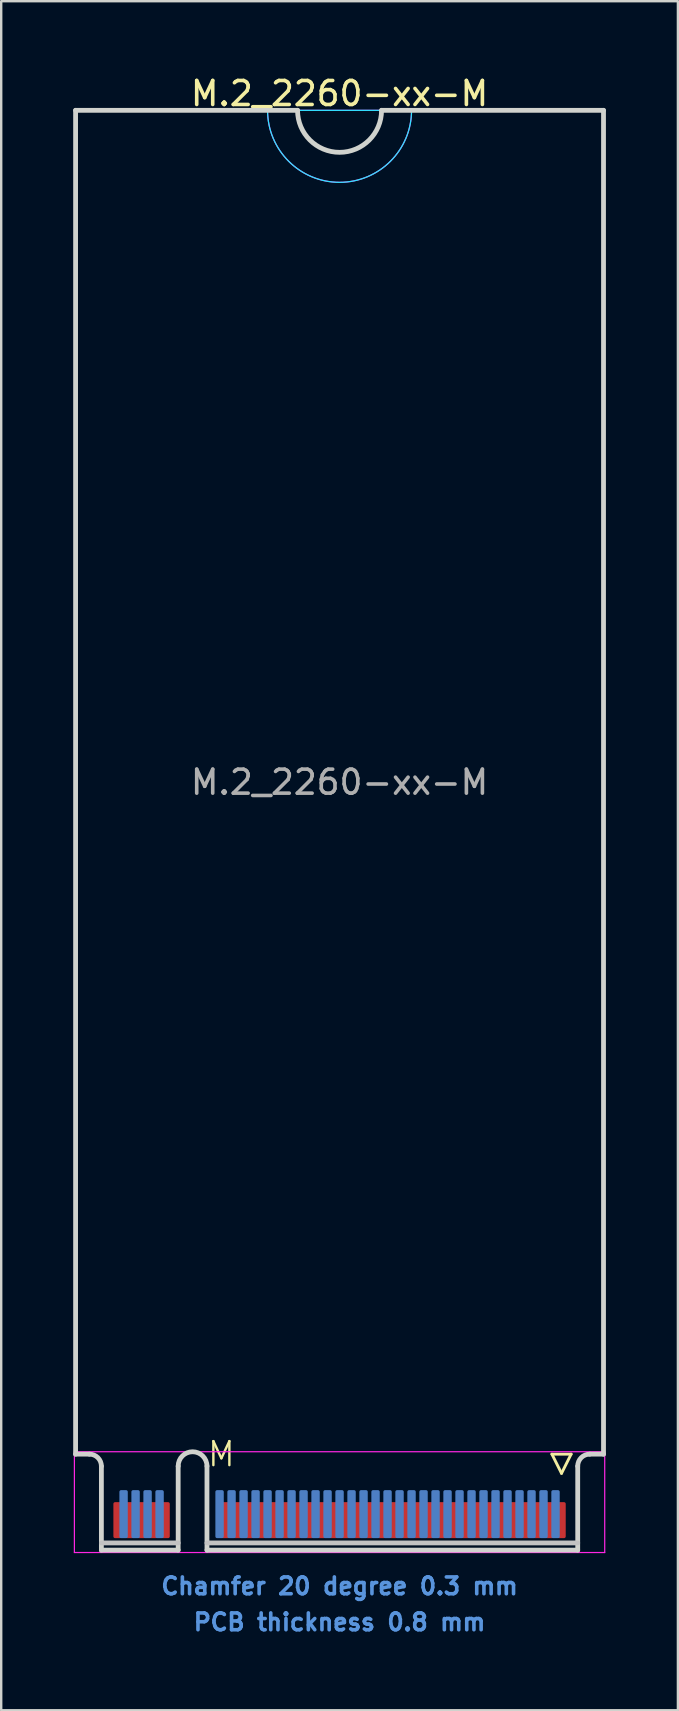
<source format=kicad_pcb>
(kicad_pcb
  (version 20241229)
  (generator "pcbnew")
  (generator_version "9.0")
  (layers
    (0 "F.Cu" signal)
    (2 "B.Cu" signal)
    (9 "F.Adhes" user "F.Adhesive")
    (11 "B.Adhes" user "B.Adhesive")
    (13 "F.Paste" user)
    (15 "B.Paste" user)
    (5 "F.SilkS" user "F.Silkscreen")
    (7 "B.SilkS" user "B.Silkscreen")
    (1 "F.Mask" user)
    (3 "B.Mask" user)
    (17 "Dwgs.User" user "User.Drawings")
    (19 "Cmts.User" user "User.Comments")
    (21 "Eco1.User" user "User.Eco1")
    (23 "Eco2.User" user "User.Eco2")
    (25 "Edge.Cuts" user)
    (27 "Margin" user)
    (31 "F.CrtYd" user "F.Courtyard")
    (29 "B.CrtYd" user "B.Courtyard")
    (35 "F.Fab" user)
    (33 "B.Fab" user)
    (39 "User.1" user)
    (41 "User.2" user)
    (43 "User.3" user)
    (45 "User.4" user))
  (footprint "M.2_2260-xx-M"
    (layer "F.Cu")
    (at 11.1 57.548)
    (property "Reference" "M.2_2260-xx-M" (at 0 -56.7 0) (layer "F.SilkS") (effects (font (size 1 1) (thickness 0.15))))
    (attr exclude_from_pos_files exclude_from_bom)
    (fp_line (start 8.85 0) (end 9.65 0) (stroke (width 0.12) (type solid)) (layer "F.SilkS"))
    (fp_line (start 9.25 0.8) (end 8.85 0) (stroke (width 0.12) (type solid)) (layer "F.SilkS"))
    (fp_line (start 9.65 0) (end 9.25 0.8) (stroke (width 0.12) (type solid)) (layer "F.SilkS"))
    (fp_line (start -9.925 3.7) (end -6.725 3.7) (stroke (width 0.2) (type solid)) (layer "Dwgs.User"))
    (fp_line (start 9.925 3.7) (end -5.525 3.7) (stroke (width 0.2) (type solid)) (layer "Dwgs.User"))
    (fp_line (start -11 -56) (end -11 0) (stroke (width 0.2) (type solid)) (layer "Edge.Cuts"))
    (fp_line (start -11 0) (end -10.425 0) (stroke (width 0.2) (type solid)) (layer "Edge.Cuts"))
    (fp_line (start -9.925 0.5) (end -9.925 4) (stroke (width 0.2) (type solid)) (layer "Edge.Cuts"))
    (fp_line (start -9.925 4) (end -6.725 4) (stroke (width 0.2) (type solid)) (layer "Edge.Cuts"))
    (fp_line (start -6.725 4) (end -6.725 0.5) (stroke (width 0.2) (type solid)) (layer "Edge.Cuts"))
    (fp_line (start -5.525 0.5) (end -5.525 4) (stroke (width 0.2) (type solid)) (layer "Edge.Cuts"))
    (fp_line (start -5.525 4) (end 9.925 4) (stroke (width 0.2) (type solid)) (layer "Edge.Cuts"))
    (fp_line (start -1.75 -56) (end -11 -56) (stroke (width 0.2) (type solid)) (layer "Edge.Cuts"))
    (fp_line (start 9.925 4) (end 9.925 0.5) (stroke (width 0.2) (type solid)) (layer "Edge.Cuts"))
    (fp_line (start 10.425 0) (end 11 0) (stroke (width 0.2) (type solid)) (layer "Edge.Cuts"))
    (fp_line (start 11 -56) (end 1.75 -56) (stroke (width 0.2) (type solid)) (layer "Edge.Cuts"))
    (fp_line (start 11 0) (end 11 -56) (stroke (width 0.2) (type solid)) (layer "Edge.Cuts"))
    (fp_arc (start -10.425 0) (mid -10.071447 0.146447) (end -9.925 0.5) (stroke (width 0.2) (type solid)) (layer "Edge.Cuts"))
    (fp_arc (start -6.725 0.5) (mid -6.125 -0.1) (end -5.525 0.5) (stroke (width 0.2) (type solid)) (layer "Edge.Cuts"))
    (fp_arc (start 1.75 -56) (mid 0 -54.25) (end -1.75 -56) (stroke (width 0.2) (type solid)) (layer "Edge.Cuts"))
    (fp_arc (start 9.925 0.5) (mid 10.071447 0.146447) (end 10.425 0) (stroke (width 0.2) (type solid)) (layer "Edge.Cuts"))
    (fp_line (start -3 -56) (end 3 -56) (stroke (width 0.05) (type solid)) (layer "B.CrtYd"))
    (fp_arc (start 3 -56) (mid 0 -53) (end -3 -56) (stroke (width 0.05) (type solid)) (layer "B.CrtYd"))
    (fp_line (start -11.05 -0.1) (end -11.05 4.1) (stroke (width 0.05) (type solid)) (layer "F.CrtYd"))
    (fp_line (start -11.05 4.1) (end 11.05 4.1) (stroke (width 0.05) (type solid)) (layer "F.CrtYd"))
    (fp_line (start -3 -56) (end 3 -56) (stroke (width 0.05) (type solid)) (layer "F.CrtYd"))
    (fp_line (start 11.05 -0.1) (end -11.05 -0.1) (stroke (width 0.05) (type solid)) (layer "F.CrtYd"))
    (fp_line (start 11.05 4.1) (end 11.05 -0.1) (stroke (width 0.05) (type solid)) (layer "F.CrtYd"))
    (fp_arc (start 3 -56) (mid 0 -53) (end -3 -56) (stroke (width 0.05) (type solid)) (layer "F.CrtYd"))
    (fp_text user "M" (at -4.925 0 0) (layer "F.SilkS") (effects (font (size 1 1) (thickness 0.1))))
    (fp_text user "PCB thickness 0.8 mm" (at 0 7 0) (layer "Cmts.User") (effects (font (size 0.7 0.7) (thickness 0.15))))
    (fp_text user "Chamfer 20 degree 0.3 mm" (at 0 5.5 0) (layer "Cmts.User") (effects (font (size 0.7 0.7) (thickness 0.15))))
    (fp_text user "${REFERENCE}" (at 0 -28 0) (layer "F.Fab") (effects (font (size 1 1) (thickness 0.15))))
    (pad "1" connect roundrect (at 9.25 2.75) (size 0.35 1.5) (layers "F.Cu" "F.Mask") (roundrect_rratio 0.2))
    (pad "2" connect roundrect (at 9 2.5) (size 0.35 2) (layers "B.Cu" "B.Mask") (roundrect_rratio 0.2))
    (pad "3" connect roundrect (at 8.75 2.75) (size 0.35 1.5) (layers "F.Cu" "F.Mask") (roundrect_rratio 0.2))
    (pad "4" connect roundrect (at 8.5 2.5) (size 0.35 2) (layers "B.Cu" "B.Mask") (roundrect_rratio 0.2))
    (pad "5" connect roundrect (at 8.25 2.75) (size 0.35 1.5) (layers "F.Cu" "F.Mask") (roundrect_rratio 0.2))
    (pad "6" connect roundrect (at 8 2.5) (size 0.35 2) (layers "B.Cu" "B.Mask") (roundrect_rratio 0.2))
    (pad "7" connect roundrect (at 7.75 2.75) (size 0.35 1.5) (layers "F.Cu" "F.Mask") (roundrect_rratio 0.2))
    (pad "8" connect roundrect (at 7.5 2.5) (size 0.35 2) (layers "B.Cu" "B.Mask") (roundrect_rratio 0.2))
    (pad "9" connect roundrect (at 7.25 2.75) (size 0.35 1.5) (layers "F.Cu" "F.Mask") (roundrect_rratio 0.2))
    (pad "10" connect roundrect (at 7 2.5) (size 0.35 2) (layers "B.Cu" "B.Mask") (roundrect_rratio 0.2))
    (pad "11" connect roundrect (at 6.75 2.75) (size 0.35 1.5) (layers "F.Cu" "F.Mask") (roundrect_rratio 0.2))
    (pad "12" connect roundrect (at 6.5 2.5) (size 0.35 2) (layers "B.Cu" "B.Mask") (roundrect_rratio 0.2))
    (pad "13" connect roundrect (at 6.25 2.75) (size 0.35 1.5) (layers "F.Cu" "F.Mask") (roundrect_rratio 0.2))
    (pad "14" connect roundrect (at 6 2.5) (size 0.35 2) (layers "B.Cu" "B.Mask") (roundrect_rratio 0.2))
    (pad "15" connect roundrect (at 5.75 2.75) (size 0.35 1.5) (layers "F.Cu" "F.Mask") (roundrect_rratio 0.2))
    (pad "16" connect roundrect (at 5.5 2.5) (size 0.35 2) (layers "B.Cu" "B.Mask") (roundrect_rratio 0.2))
    (pad "17" connect roundrect (at 5.25 2.75) (size 0.35 1.5) (layers "F.Cu" "F.Mask") (roundrect_rratio 0.2))
    (pad "18" connect roundrect (at 5 2.5) (size 0.35 2) (layers "B.Cu" "B.Mask") (roundrect_rratio 0.2))
    (pad "19" connect roundrect (at 4.75 2.75) (size 0.35 1.5) (layers "F.Cu" "F.Mask") (roundrect_rratio 0.2))
    (pad "20" connect roundrect (at 4.5 2.5) (size 0.35 2) (layers "B.Cu" "B.Mask") (roundrect_rratio 0.2))
    (pad "21" connect roundrect (at 4.25 2.75) (size 0.35 1.5) (layers "F.Cu" "F.Mask") (roundrect_rratio 0.2))
    (pad "22" connect roundrect (at 4 2.5) (size 0.35 2) (layers "B.Cu" "B.Mask") (roundrect_rratio 0.2))
    (pad "23" connect roundrect (at 3.75 2.75) (size 0.35 1.5) (layers "F.Cu" "F.Mask") (roundrect_rratio 0.2))
    (pad "24" connect roundrect (at 3.5 2.5) (size 0.35 2) (layers "B.Cu" "B.Mask") (roundrect_rratio 0.2))
    (pad "25" connect roundrect (at 3.25 2.75) (size 0.35 1.5) (layers "F.Cu" "F.Mask") (roundrect_rratio 0.2))
    (pad "26" connect roundrect (at 3 2.5) (size 0.35 2) (layers "B.Cu" "B.Mask") (roundrect_rratio 0.2))
    (pad "27" connect roundrect (at 2.75 2.75) (size 0.35 1.5) (layers "F.Cu" "F.Mask") (roundrect_rratio 0.2))
    (pad "28" connect roundrect (at 2.5 2.5) (size 0.35 2) (layers "B.Cu" "B.Mask") (roundrect_rratio 0.2))
    (pad "29" connect roundrect (at 2.25 2.75) (size 0.35 1.5) (layers "F.Cu" "F.Mask") (roundrect_rratio 0.2))
    (pad "30" connect roundrect (at 2 2.5) (size 0.35 2) (layers "B.Cu" "B.Mask") (roundrect_rratio 0.2))
    (pad "31" connect roundrect (at 1.75 2.75) (size 0.35 1.5) (layers "F.Cu" "F.Mask") (roundrect_rratio 0.2))
    (pad "32" connect roundrect (at 1.5 2.5) (size 0.35 2) (layers "B.Cu" "B.Mask") (roundrect_rratio 0.2))
    (pad "33" connect roundrect (at 1.25 2.75) (size 0.35 1.5) (layers "F.Cu" "F.Mask") (roundrect_rratio 0.2))
    (pad "34" connect roundrect (at 1 2.5) (size 0.35 2) (layers "B.Cu" "B.Mask") (roundrect_rratio 0.2))
    (pad "35" connect roundrect (at 0.75 2.75) (size 0.35 1.5) (layers "F.Cu" "F.Mask") (roundrect_rratio 0.2))
    (pad "36" connect roundrect (at 0.5 2.5) (size 0.35 2) (layers "B.Cu" "B.Mask") (roundrect_rratio 0.2))
    (pad "37" connect roundrect (at 0.25 2.75) (size 0.35 1.5) (layers "F.Cu" "F.Mask") (roundrect_rratio 0.2))
    (pad "38" connect roundrect (at 0 2.5) (size 0.35 2) (layers "B.Cu" "B.Mask") (roundrect_rratio 0.2))
    (pad "39" connect roundrect (at -0.25 2.75) (size 0.35 1.5) (layers "F.Cu" "F.Mask") (roundrect_rratio 0.2))
    (pad "40" connect roundrect (at -0.5 2.5) (size 0.35 2) (layers "B.Cu" "B.Mask") (roundrect_rratio 0.2))
    (pad "41" connect roundrect (at -0.75 2.75) (size 0.35 1.5) (layers "F.Cu" "F.Mask") (roundrect_rratio 0.2))
    (pad "42" connect roundrect (at -1 2.5) (size 0.35 2) (layers "B.Cu" "B.Mask") (roundrect_rratio 0.2))
    (pad "43" connect roundrect (at -1.25 2.75) (size 0.35 1.5) (layers "F.Cu" "F.Mask") (roundrect_rratio 0.2))
    (pad "44" connect roundrect (at -1.5 2.5) (size 0.35 2) (layers "B.Cu" "B.Mask") (roundrect_rratio 0.2))
    (pad "45" connect roundrect (at -1.75 2.75) (size 0.35 1.5) (layers "F.Cu" "F.Mask") (roundrect_rratio 0.2))
    (pad "46" connect roundrect (at -2 2.5) (size 0.35 2) (layers "B.Cu" "B.Mask") (roundrect_rratio 0.2))
    (pad "47" connect roundrect (at -2.25 2.75) (size 0.35 1.5) (layers "F.Cu" "F.Mask") (roundrect_rratio 0.2))
    (pad "48" connect roundrect (at -2.5 2.5) (size 0.35 2) (layers "B.Cu" "B.Mask") (roundrect_rratio 0.2))
    (pad "49" connect roundrect (at -2.75 2.75) (size 0.35 1.5) (layers "F.Cu" "F.Mask") (roundrect_rratio 0.2))
    (pad "50" connect roundrect (at -3 2.5) (size 0.35 2) (layers "B.Cu" "B.Mask") (roundrect_rratio 0.2))
    (pad "51" connect roundrect (at -3.25 2.75) (size 0.35 1.5) (layers "F.Cu" "F.Mask") (roundrect_rratio 0.2))
    (pad "52" connect roundrect (at -3.5 2.5) (size 0.35 2) (layers "B.Cu" "B.Mask") (roundrect_rratio 0.2))
    (pad "53" connect roundrect (at -3.75 2.75) (size 0.35 1.5) (layers "F.Cu" "F.Mask") (roundrect_rratio 0.2))
    (pad "54" connect roundrect (at -4 2.5) (size 0.35 2) (layers "B.Cu" "B.Mask") (roundrect_rratio 0.2))
    (pad "55" connect roundrect (at -4.25 2.75) (size 0.35 1.5) (layers "F.Cu" "F.Mask") (roundrect_rratio 0.2))
    (pad "56" connect roundrect (at -4.5 2.5) (size 0.35 2) (layers "B.Cu" "B.Mask") (roundrect_rratio 0.2))
    (pad "57" connect roundrect (at -4.75 2.75) (size 0.35 1.5) (layers "F.Cu" "F.Mask") (roundrect_rratio 0.2))
    (pad "58" connect roundrect (at -5 2.5) (size 0.35 2) (layers "B.Cu" "B.Mask") (roundrect_rratio 0.2))
    (pad "67" connect roundrect (at -7.25 2.75) (size 0.35 1.5) (layers "F.Cu" "F.Mask") (roundrect_rratio 0.2))
    (pad "68" connect roundrect (at -7.5 2.5) (size 0.35 2) (layers "B.Cu" "B.Mask") (roundrect_rratio 0.2))
    (pad "69" connect roundrect (at -7.75 2.75) (size 0.35 1.5) (layers "F.Cu" "F.Mask") (roundrect_rratio 0.2))
    (pad "70" connect roundrect (at -8 2.5) (size 0.35 2) (layers "B.Cu" "B.Mask") (roundrect_rratio 0.2))
    (pad "71" connect roundrect (at -8.25 2.75) (size 0.35 1.5) (layers "F.Cu" "F.Mask") (roundrect_rratio 0.2))
    (pad "72" connect roundrect (at -8.5 2.5) (size 0.35 2) (layers "B.Cu" "B.Mask") (roundrect_rratio 0.2))
    (pad "73" connect roundrect (at -8.75 2.75) (size 0.35 1.5) (layers "F.Cu" "F.Mask") (roundrect_rratio 0.2))
    (pad "74" connect roundrect (at -9 2.5) (size 0.35 2) (layers "B.Cu" "B.Mask") (roundrect_rratio 0.2))
    (pad "75" connect roundrect (at -9.25 2.75) (size 0.35 1.5) (layers "F.Cu" "F.Mask") (roundrect_rratio 0.2)))
  (gr_rect
    (start -3 -3)
    (end 25.2 68.221)
    (stroke (width 0.1) (type default))
    (fill no)
    (layer "Edge.Cuts")))
</source>
